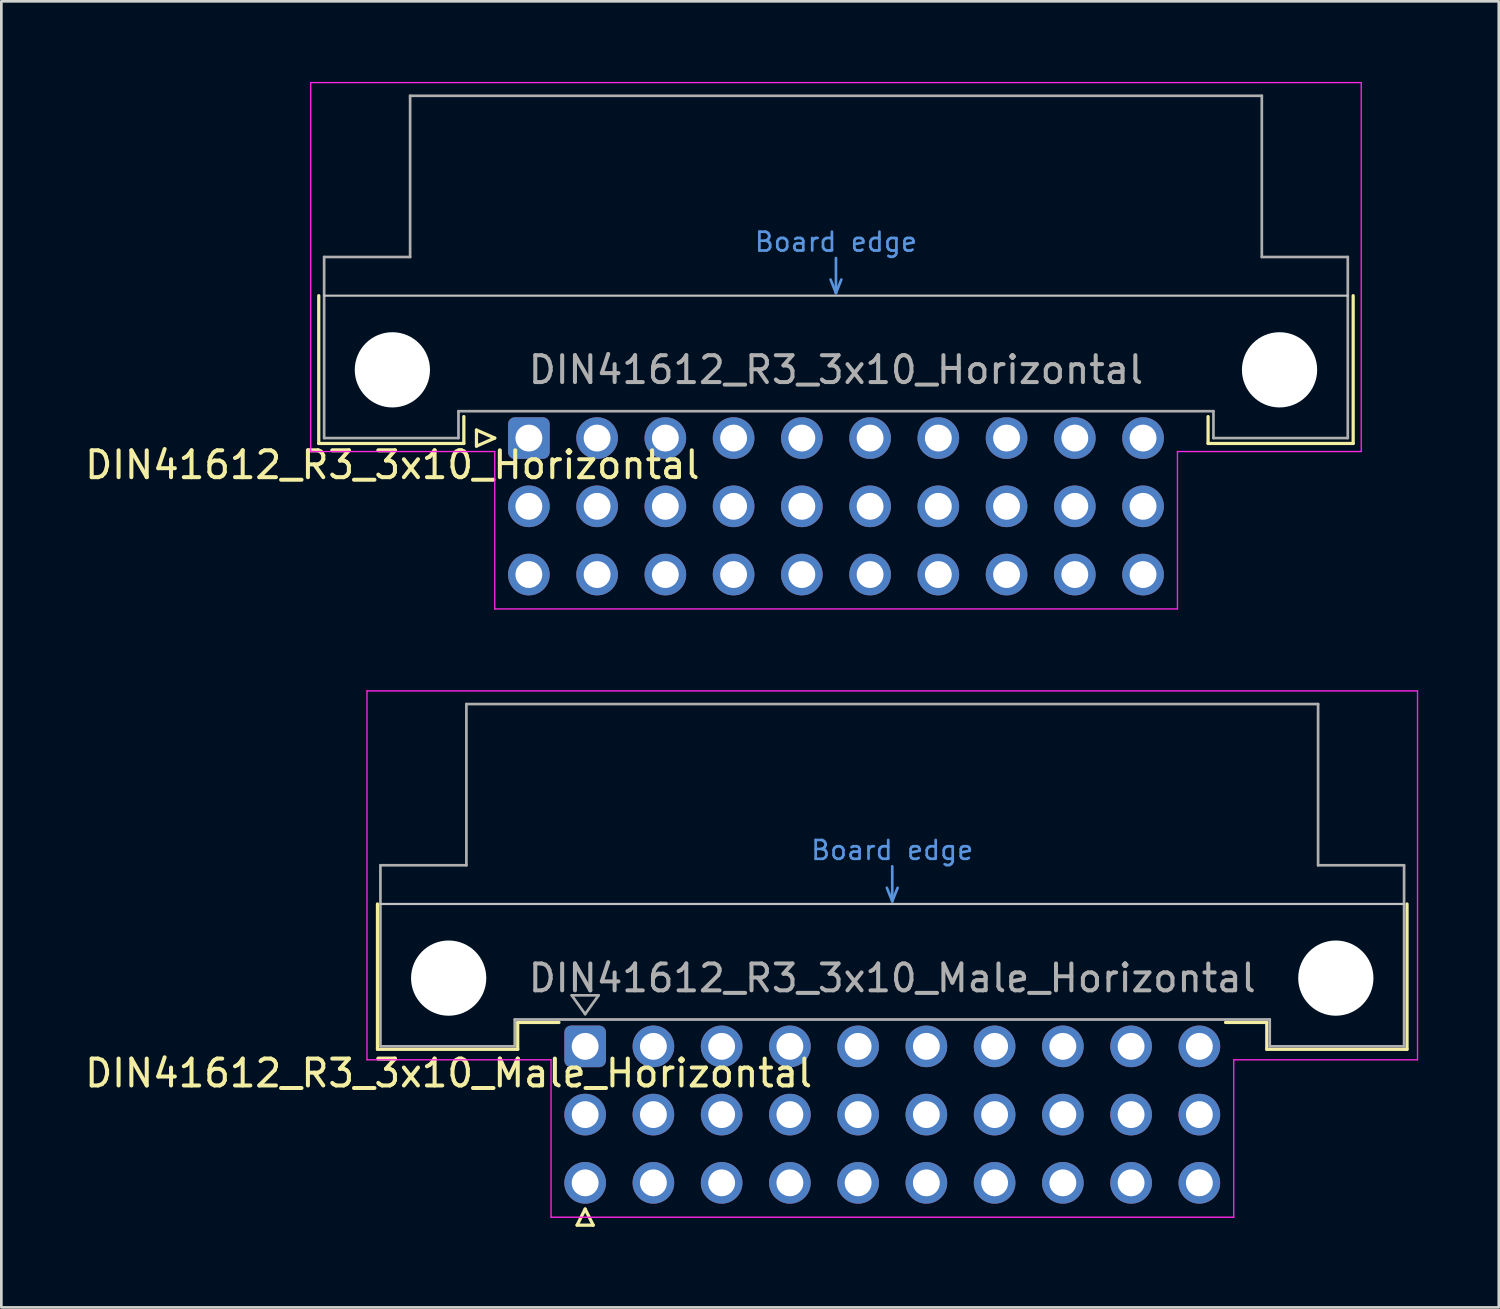
<source format=kicad_pcb>
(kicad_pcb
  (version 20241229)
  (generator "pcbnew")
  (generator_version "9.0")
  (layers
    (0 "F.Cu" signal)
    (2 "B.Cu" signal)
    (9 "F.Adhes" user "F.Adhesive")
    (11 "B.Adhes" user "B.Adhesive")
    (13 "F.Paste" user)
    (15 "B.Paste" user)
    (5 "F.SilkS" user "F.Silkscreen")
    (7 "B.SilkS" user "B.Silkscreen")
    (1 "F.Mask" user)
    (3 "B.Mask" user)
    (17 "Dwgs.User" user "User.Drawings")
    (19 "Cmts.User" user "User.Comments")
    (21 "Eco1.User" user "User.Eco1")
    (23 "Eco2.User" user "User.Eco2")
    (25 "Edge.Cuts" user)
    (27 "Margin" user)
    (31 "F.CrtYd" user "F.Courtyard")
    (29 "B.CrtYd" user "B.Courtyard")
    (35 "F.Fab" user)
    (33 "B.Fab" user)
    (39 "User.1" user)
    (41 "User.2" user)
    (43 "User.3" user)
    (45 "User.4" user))
  (footprint "DIN41612_R3_3x10_Horizontal"
    (layer "F.Cu")
    (at 16.634 13.255)
    (property "Reference" "DIN41612_R3_3x10_Horizontal" (at -5.08 1 0) (layer "F.SilkS") (effects (font (size 1 1) (thickness 0.15))))
    (attr through_hole)
    (fp_line (start -7.82 -5.3) (end -7.82 0.2) (stroke (width 0.12) (type solid)) (layer "F.SilkS"))
    (fp_line (start -7.82 0.2) (end -2.42 0.2) (stroke (width 0.12) (type solid)) (layer "F.SilkS"))
    (fp_line (start -2.42 0.2) (end -2.42 -0.8) (stroke (width 0.12) (type solid)) (layer "F.SilkS"))
    (fp_line (start -1.95 -0.3) (end -1.95 0.3) (stroke (width 0.12) (type solid)) (layer "F.SilkS"))
    (fp_line (start -1.95 0.3) (end -1.27 0) (stroke (width 0.12) (type solid)) (layer "F.SilkS"))
    (fp_line (start -1.27 0) (end -1.95 -0.3) (stroke (width 0.12) (type solid)) (layer "F.SilkS"))
    (fp_line (start 25.28 0.2) (end 25.28 -0.8) (stroke (width 0.12) (type solid)) (layer "F.SilkS"))
    (fp_line (start 30.68 -5.3) (end 30.68 0.2) (stroke (width 0.12) (type solid)) (layer "F.SilkS"))
    (fp_line (start 30.68 0.2) (end 25.28 0.2) (stroke (width 0.12) (type solid)) (layer "F.SilkS"))
    (fp_line (start -7.62 -5.3) (end 30.48 -5.3) (stroke (width 0.08) (type solid)) (layer "Dwgs.User"))
    (fp_line (start 11.23 -5.9) (end 11.43 -5.4) (stroke (width 0.1) (type solid)) (layer "Cmts.User"))
    (fp_line (start 11.43 -5.4) (end 11.43 -6.7) (stroke (width 0.1) (type solid)) (layer "Cmts.User"))
    (fp_line (start 11.43 -5.4) (end 11.63 -5.9) (stroke (width 0.1) (type solid)) (layer "Cmts.User"))
    (fp_line (start -8.12 -13.23) (end -8.12 0.5) (stroke (width 0.05) (type solid)) (layer "F.CrtYd"))
    (fp_line (start -8.12 0.5) (end -1.27 0.5) (stroke (width 0.05) (type solid)) (layer "F.CrtYd"))
    (fp_line (start -1.27 0.5) (end -1.27 6.36) (stroke (width 0.05) (type solid)) (layer "F.CrtYd"))
    (fp_line (start -1.27 6.36) (end 24.14 6.36) (stroke (width 0.05) (type solid)) (layer "F.CrtYd"))
    (fp_line (start 24.14 0.5) (end 30.98 0.5) (stroke (width 0.05) (type solid)) (layer "F.CrtYd"))
    (fp_line (start 24.14 6.36) (end 24.14 0.5) (stroke (width 0.05) (type solid)) (layer "F.CrtYd"))
    (fp_line (start 30.98 -13.23) (end -8.12 -13.23) (stroke (width 0.05) (type solid)) (layer "F.CrtYd"))
    (fp_line (start 30.98 0.5) (end 30.98 -13.23) (stroke (width 0.05) (type solid)) (layer "F.CrtYd"))
    (fp_line (start -7.62 -6.74) (end -7.62 0) (stroke (width 0.1) (type solid)) (layer "F.Fab"))
    (fp_line (start -7.62 0) (end -2.62 0) (stroke (width 0.1) (type solid)) (layer "F.Fab"))
    (fp_line (start -4.42 -12.74) (end -4.42 -6.74) (stroke (width 0.1) (type solid)) (layer "F.Fab"))
    (fp_line (start -4.42 -6.74) (end -7.62 -6.74) (stroke (width 0.1) (type solid)) (layer "F.Fab"))
    (fp_line (start -2.62 -1) (end 25.48 -1) (stroke (width 0.1) (type solid)) (layer "F.Fab"))
    (fp_line (start -2.62 0) (end -2.62 -1) (stroke (width 0.1) (type solid)) (layer "F.Fab"))
    (fp_line (start 25.48 -1) (end 25.48 0) (stroke (width 0.1) (type solid)) (layer "F.Fab"))
    (fp_line (start 25.48 0) (end 30.48 0) (stroke (width 0.1) (type solid)) (layer "F.Fab"))
    (fp_line (start 27.28 -12.74) (end -4.42 -12.74) (stroke (width 0.1) (type solid)) (layer "F.Fab"))
    (fp_line (start 27.28 -6.74) (end 27.28 -12.74) (stroke (width 0.1) (type solid)) (layer "F.Fab"))
    (fp_line (start 30.48 -6.74) (end 27.28 -6.74) (stroke (width 0.1) (type solid)) (layer "F.Fab"))
    (fp_line (start 30.48 0) (end 30.48 -6.74) (stroke (width 0.1) (type solid)) (layer "F.Fab"))
    (fp_text user "Board edge" (at 11.43 -7.3 0) (layer "Cmts.User") (effects (font (size 0.7 0.7) (thickness 0.1))))
    (fp_text user "${REFERENCE}" (at 11.43 -2.54 0) (layer "F.Fab") (effects (font (size 1 1) (thickness 0.15))))
    (pad "" np_thru_hole circle (at -5.08 -2.54) (size 2.8 2.8) (drill 2.8) (layers "*.Cu" "*.Mask"))
    (pad "" np_thru_hole circle (at 27.94 -2.54) (size 2.8 2.8) (drill 2.8) (layers "*.Cu" "*.Mask"))
    (pad "a1" thru_hole roundrect (at 0 0) (size 1.55 1.55) (drill 1) (layers "*.Cu" "*.Mask") (roundrect_rratio 0.161))
    (pad "a2" thru_hole circle (at 2.54 0) (size 1.55 1.55) (drill 1) (layers "*.Cu" "*.Mask"))
    (pad "a3" thru_hole circle (at 5.08 0) (size 1.55 1.55) (drill 1) (layers "*.Cu" "*.Mask"))
    (pad "a4" thru_hole circle (at 7.62 0) (size 1.55 1.55) (drill 1) (layers "*.Cu" "*.Mask"))
    (pad "a5" thru_hole circle (at 10.16 0) (size 1.55 1.55) (drill 1) (layers "*.Cu" "*.Mask"))
    (pad "a6" thru_hole circle (at 12.7 0) (size 1.55 1.55) (drill 1) (layers "*.Cu" "*.Mask"))
    (pad "a7" thru_hole circle (at 15.24 0) (size 1.55 1.55) (drill 1) (layers "*.Cu" "*.Mask"))
    (pad "a8" thru_hole circle (at 17.78 0) (size 1.55 1.55) (drill 1) (layers "*.Cu" "*.Mask"))
    (pad "a9" thru_hole circle (at 20.32 0) (size 1.55 1.55) (drill 1) (layers "*.Cu" "*.Mask"))
    (pad "a10" thru_hole circle (at 22.86 0) (size 1.55 1.55) (drill 1) (layers "*.Cu" "*.Mask"))
    (pad "b1" thru_hole circle (at 0 2.54) (size 1.55 1.55) (drill 1) (layers "*.Cu" "*.Mask"))
    (pad "b2" thru_hole circle (at 2.54 2.54) (size 1.55 1.55) (drill 1) (layers "*.Cu" "*.Mask"))
    (pad "b3" thru_hole circle (at 5.08 2.54) (size 1.55 1.55) (drill 1) (layers "*.Cu" "*.Mask"))
    (pad "b4" thru_hole circle (at 7.62 2.54) (size 1.55 1.55) (drill 1) (layers "*.Cu" "*.Mask"))
    (pad "b5" thru_hole circle (at 10.16 2.54) (size 1.55 1.55) (drill 1) (layers "*.Cu" "*.Mask"))
    (pad "b6" thru_hole circle (at 12.7 2.54) (size 1.55 1.55) (drill 1) (layers "*.Cu" "*.Mask"))
    (pad "b7" thru_hole circle (at 15.24 2.54) (size 1.55 1.55) (drill 1) (layers "*.Cu" "*.Mask"))
    (pad "b8" thru_hole circle (at 17.78 2.54) (size 1.55 1.55) (drill 1) (layers "*.Cu" "*.Mask"))
    (pad "b9" thru_hole circle (at 20.32 2.54) (size 1.55 1.55) (drill 1) (layers "*.Cu" "*.Mask"))
    (pad "b10" thru_hole circle (at 22.86 2.54) (size 1.55 1.55) (drill 1) (layers "*.Cu" "*.Mask"))
    (pad "c1" thru_hole circle (at 0 5.08) (size 1.55 1.55) (drill 1) (layers "*.Cu" "*.Mask"))
    (pad "c2" thru_hole circle (at 2.54 5.08) (size 1.55 1.55) (drill 1) (layers "*.Cu" "*.Mask"))
    (pad "c3" thru_hole circle (at 5.08 5.08) (size 1.55 1.55) (drill 1) (layers "*.Cu" "*.Mask"))
    (pad "c4" thru_hole circle (at 7.62 5.08) (size 1.55 1.55) (drill 1) (layers "*.Cu" "*.Mask"))
    (pad "c5" thru_hole circle (at 10.16 5.08) (size 1.55 1.55) (drill 1) (layers "*.Cu" "*.Mask"))
    (pad "c6" thru_hole circle (at 12.7 5.08) (size 1.55 1.55) (drill 1) (layers "*.Cu" "*.Mask"))
    (pad "c7" thru_hole circle (at 15.24 5.08) (size 1.55 1.55) (drill 1) (layers "*.Cu" "*.Mask"))
    (pad "c8" thru_hole circle (at 17.78 5.08) (size 1.55 1.55) (drill 1) (layers "*.Cu" "*.Mask"))
    (pad "c9" thru_hole circle (at 20.32 5.08) (size 1.55 1.55) (drill 1) (layers "*.Cu" "*.Mask"))
    (pad "c10" thru_hole circle (at 22.86 5.08) (size 1.55 1.55) (drill 1) (layers "*.Cu" "*.Mask")))
  (footprint "DIN41612_R3_3x10_Male_Horizontal"
    (layer "F.Cu")
    (at 18.729 35.895)
    (property "Reference" "DIN41612_R3_3x10_Male_Horizontal" (at -5.08 1 0) (layer "F.SilkS") (effects (font (size 1 1) (thickness 0.15))))
    (attr through_hole)
    (fp_line (start -7.73 -5.3) (end -7.73 0.11) (stroke (width 0.12) (type solid)) (layer "F.SilkS"))
    (fp_line (start -7.73 0.11) (end -2.51 0.11) (stroke (width 0.12) (type solid)) (layer "F.SilkS"))
    (fp_line (start -2.51 -0.89) (end -0.975 -0.89) (stroke (width 0.12) (type solid)) (layer "F.SilkS"))
    (fp_line (start -2.51 0.11) (end -2.51 -0.89) (stroke (width 0.12) (type solid)) (layer "F.SilkS"))
    (fp_line (start -0.3 6.655) (end 0.3 6.655) (stroke (width 0.12) (type solid)) (layer "F.SilkS"))
    (fp_line (start 0 6.055) (end -0.3 6.655) (stroke (width 0.12) (type solid)) (layer "F.SilkS"))
    (fp_line (start 0.3 6.655) (end 0 6.055) (stroke (width 0.12) (type solid)) (layer "F.SilkS"))
    (fp_line (start 25.37 -0.89) (end 23.835 -0.89) (stroke (width 0.12) (type solid)) (layer "F.SilkS"))
    (fp_line (start 25.37 0.11) (end 25.37 -0.89) (stroke (width 0.12) (type solid)) (layer "F.SilkS"))
    (fp_line (start 30.59 -5.3) (end 30.59 0.11) (stroke (width 0.12) (type solid)) (layer "F.SilkS"))
    (fp_line (start 30.59 0.11) (end 25.37 0.11) (stroke (width 0.12) (type solid)) (layer "F.SilkS"))
    (fp_line (start -7.62 -5.3) (end 30.48 -5.3) (stroke (width 0.08) (type solid)) (layer "Dwgs.User"))
    (fp_line (start 11.23 -5.9) (end 11.43 -5.4) (stroke (width 0.1) (type solid)) (layer "Cmts.User"))
    (fp_line (start 11.43 -5.4) (end 11.43 -6.7) (stroke (width 0.1) (type solid)) (layer "Cmts.User"))
    (fp_line (start 11.43 -5.4) (end 11.63 -5.9) (stroke (width 0.1) (type solid)) (layer "Cmts.User"))
    (fp_line (start -8.12 -13.23) (end -8.12 0.5) (stroke (width 0.05) (type solid)) (layer "F.CrtYd"))
    (fp_line (start -8.12 0.5) (end -1.27 0.5) (stroke (width 0.05) (type solid)) (layer "F.CrtYd"))
    (fp_line (start -1.27 0.5) (end -1.27 6.36) (stroke (width 0.05) (type solid)) (layer "F.CrtYd"))
    (fp_line (start -1.27 6.36) (end 24.14 6.36) (stroke (width 0.05) (type solid)) (layer "F.CrtYd"))
    (fp_line (start 24.14 0.5) (end 30.98 0.5) (stroke (width 0.05) (type solid)) (layer "F.CrtYd"))
    (fp_line (start 24.14 6.36) (end 24.14 0.5) (stroke (width 0.05) (type solid)) (layer "F.CrtYd"))
    (fp_line (start 30.98 -13.23) (end -8.12 -13.23) (stroke (width 0.05) (type solid)) (layer "F.CrtYd"))
    (fp_line (start 30.98 0.5) (end 30.98 -13.23) (stroke (width 0.05) (type solid)) (layer "F.CrtYd"))
    (fp_line (start -7.62 -6.74) (end -7.62 0) (stroke (width 0.1) (type solid)) (layer "F.Fab"))
    (fp_line (start -7.62 0) (end -2.62 0) (stroke (width 0.1) (type solid)) (layer "F.Fab"))
    (fp_line (start -4.42 -12.74) (end -4.42 -6.74) (stroke (width 0.1) (type solid)) (layer "F.Fab"))
    (fp_line (start -4.42 -6.74) (end -7.62 -6.74) (stroke (width 0.1) (type solid)) (layer "F.Fab"))
    (fp_line (start -2.62 -1) (end 25.48 -1) (stroke (width 0.1) (type solid)) (layer "F.Fab"))
    (fp_line (start -2.62 0) (end -2.62 -1) (stroke (width 0.1) (type solid)) (layer "F.Fab"))
    (fp_line (start -0.5 -1.9) (end 0.5 -1.9) (stroke (width 0.1) (type solid)) (layer "F.Fab"))
    (fp_line (start 0 -1.2) (end -0.5 -1.9) (stroke (width 0.1) (type solid)) (layer "F.Fab"))
    (fp_line (start 0.5 -1.9) (end 0 -1.2) (stroke (width 0.1) (type solid)) (layer "F.Fab"))
    (fp_line (start 25.48 -1) (end 25.48 0) (stroke (width 0.1) (type solid)) (layer "F.Fab"))
    (fp_line (start 25.48 0) (end 30.48 0) (stroke (width 0.1) (type solid)) (layer "F.Fab"))
    (fp_line (start 27.28 -12.74) (end -4.42 -12.74) (stroke (width 0.1) (type solid)) (layer "F.Fab"))
    (fp_line (start 27.28 -6.74) (end 27.28 -12.74) (stroke (width 0.1) (type solid)) (layer "F.Fab"))
    (fp_line (start 30.48 -6.74) (end 27.28 -6.74) (stroke (width 0.1) (type solid)) (layer "F.Fab"))
    (fp_line (start 30.48 0) (end 30.48 -6.74) (stroke (width 0.1) (type solid)) (layer "F.Fab"))
    (fp_text user "Board edge" (at 11.43 -7.3 0) (layer "Cmts.User") (effects (font (size 0.7 0.7) (thickness 0.1))))
    (fp_text user "${REFERENCE}" (at 11.43 -2.54 0) (layer "F.Fab") (effects (font (size 1 1) (thickness 0.15))))
    (pad "" np_thru_hole circle (at -5.08 -2.54) (size 2.8 2.8) (drill 2.8) (layers "*.Cu" "*.Mask"))
    (pad "" np_thru_hole circle (at 27.94 -2.54) (size 2.8 2.8) (drill 2.8) (layers "*.Cu" "*.Mask"))
    (pad "a1" thru_hole roundrect (at 0 0) (size 1.55 1.55) (drill 1) (layers "*.Cu" "*.Mask") (roundrect_rratio 0.161))
    (pad "a2" thru_hole circle (at 2.54 0) (size 1.55 1.55) (drill 1) (layers "*.Cu" "*.Mask"))
    (pad "a3" thru_hole circle (at 5.08 0) (size 1.55 1.55) (drill 1) (layers "*.Cu" "*.Mask"))
    (pad "a4" thru_hole circle (at 7.62 0) (size 1.55 1.55) (drill 1) (layers "*.Cu" "*.Mask"))
    (pad "a5" thru_hole circle (at 10.16 0) (size 1.55 1.55) (drill 1) (layers "*.Cu" "*.Mask"))
    (pad "a6" thru_hole circle (at 12.7 0) (size 1.55 1.55) (drill 1) (layers "*.Cu" "*.Mask"))
    (pad "a7" thru_hole circle (at 15.24 0) (size 1.55 1.55) (drill 1) (layers "*.Cu" "*.Mask"))
    (pad "a8" thru_hole circle (at 17.78 0) (size 1.55 1.55) (drill 1) (layers "*.Cu" "*.Mask"))
    (pad "a9" thru_hole circle (at 20.32 0) (size 1.55 1.55) (drill 1) (layers "*.Cu" "*.Mask"))
    (pad "a10" thru_hole circle (at 22.86 0) (size 1.55 1.55) (drill 1) (layers "*.Cu" "*.Mask"))
    (pad "b1" thru_hole circle (at 0 2.54) (size 1.55 1.55) (drill 1) (layers "*.Cu" "*.Mask"))
    (pad "b2" thru_hole circle (at 2.54 2.54) (size 1.55 1.55) (drill 1) (layers "*.Cu" "*.Mask"))
    (pad "b3" thru_hole circle (at 5.08 2.54) (size 1.55 1.55) (drill 1) (layers "*.Cu" "*.Mask"))
    (pad "b4" thru_hole circle (at 7.62 2.54) (size 1.55 1.55) (drill 1) (layers "*.Cu" "*.Mask"))
    (pad "b5" thru_hole circle (at 10.16 2.54) (size 1.55 1.55) (drill 1) (layers "*.Cu" "*.Mask"))
    (pad "b6" thru_hole circle (at 12.7 2.54) (size 1.55 1.55) (drill 1) (layers "*.Cu" "*.Mask"))
    (pad "b7" thru_hole circle (at 15.24 2.54) (size 1.55 1.55) (drill 1) (layers "*.Cu" "*.Mask"))
    (pad "b8" thru_hole circle (at 17.78 2.54) (size 1.55 1.55) (drill 1) (layers "*.Cu" "*.Mask"))
    (pad "b9" thru_hole circle (at 20.32 2.54) (size 1.55 1.55) (drill 1) (layers "*.Cu" "*.Mask"))
    (pad "b10" thru_hole circle (at 22.86 2.54) (size 1.55 1.55) (drill 1) (layers "*.Cu" "*.Mask"))
    (pad "c1" thru_hole circle (at 0 5.08) (size 1.55 1.55) (drill 1) (layers "*.Cu" "*.Mask"))
    (pad "c2" thru_hole circle (at 2.54 5.08) (size 1.55 1.55) (drill 1) (layers "*.Cu" "*.Mask"))
    (pad "c3" thru_hole circle (at 5.08 5.08) (size 1.55 1.55) (drill 1) (layers "*.Cu" "*.Mask"))
    (pad "c4" thru_hole circle (at 7.62 5.08) (size 1.55 1.55) (drill 1) (layers "*.Cu" "*.Mask"))
    (pad "c5" thru_hole circle (at 10.16 5.08) (size 1.55 1.55) (drill 1) (layers "*.Cu" "*.Mask"))
    (pad "c6" thru_hole circle (at 12.7 5.08) (size 1.55 1.55) (drill 1) (layers "*.Cu" "*.Mask"))
    (pad "c7" thru_hole circle (at 15.24 5.08) (size 1.55 1.55) (drill 1) (layers "*.Cu" "*.Mask"))
    (pad "c8" thru_hole circle (at 17.78 5.08) (size 1.55 1.55) (drill 1) (layers "*.Cu" "*.Mask"))
    (pad "c9" thru_hole circle (at 20.32 5.08) (size 1.55 1.55) (drill 1) (layers "*.Cu" "*.Mask"))
    (pad "c10" thru_hole circle (at 22.86 5.08) (size 1.55 1.55) (drill 1) (layers "*.Cu" "*.Mask")))
  (gr_rect
    (start -3 -3)
    (end 52.734 45.61)
    (stroke (width 0.1) (type default))
    (fill no)
    (layer "Edge.Cuts")))
</source>
